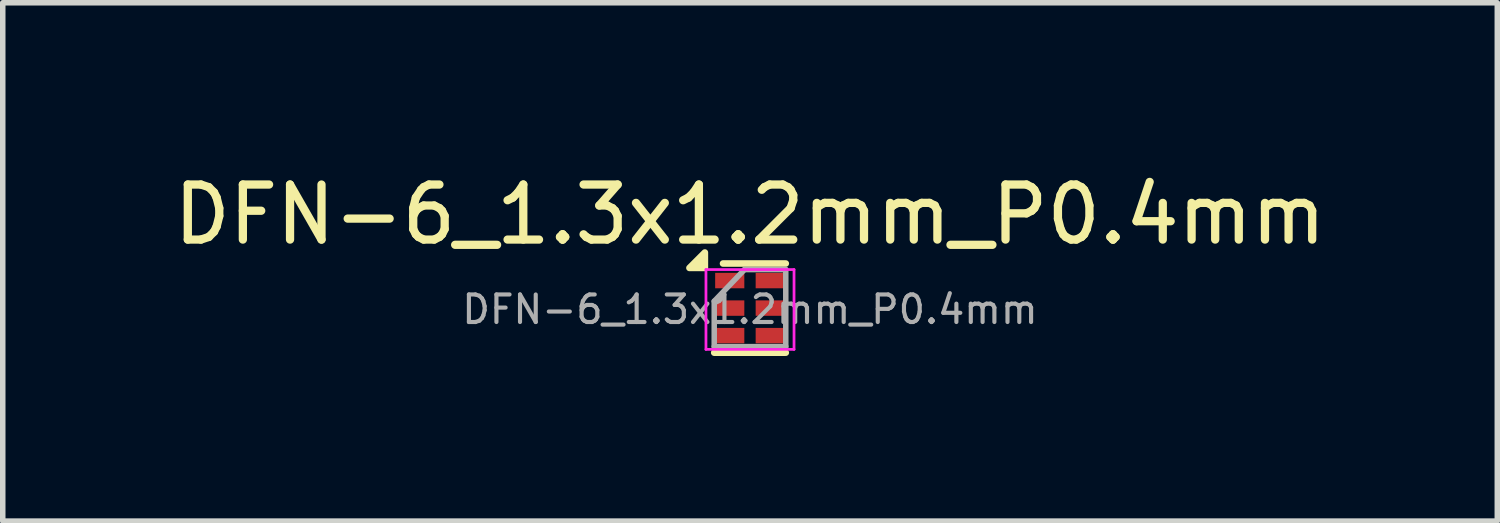
<source format=kicad_pcb>
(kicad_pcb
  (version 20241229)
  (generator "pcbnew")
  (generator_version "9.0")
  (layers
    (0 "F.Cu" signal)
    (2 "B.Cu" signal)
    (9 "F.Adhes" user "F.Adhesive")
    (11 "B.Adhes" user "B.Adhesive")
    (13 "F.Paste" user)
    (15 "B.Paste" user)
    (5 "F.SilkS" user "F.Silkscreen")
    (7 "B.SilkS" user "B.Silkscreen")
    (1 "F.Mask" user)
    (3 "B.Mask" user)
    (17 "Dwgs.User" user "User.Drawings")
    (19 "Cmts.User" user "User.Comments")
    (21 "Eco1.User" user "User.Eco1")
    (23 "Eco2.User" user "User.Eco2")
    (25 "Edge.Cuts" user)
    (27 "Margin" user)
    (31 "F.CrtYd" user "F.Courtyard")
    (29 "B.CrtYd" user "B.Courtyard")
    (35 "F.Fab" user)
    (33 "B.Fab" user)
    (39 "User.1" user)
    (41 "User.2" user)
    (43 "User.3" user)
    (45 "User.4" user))
  (footprint "DFN-6_1.3x1.2mm_P0.4mm"
    (layer "F.Cu")
    (at 10.577 2.548)
    (property "Reference" "DFN-6_1.3x1.2mm_P0.4mm" (at 0 -1.7 180) (layer "F.SilkS") (effects (font (size 1 1) (thickness 0.15))))
    (attr smd)
    (fp_line (start -0.65 0.81) (end 0.65 0.81) (stroke (width 0.12) (type solid)) (layer "F.SilkS"))
    (fp_line (start -0.49 -0.81) (end 0.65 -0.81) (stroke (width 0.12) (type solid)) (layer "F.SilkS"))
    (fp_poly (pts (xy -0.82 -0.73) (xy -1.1 -0.73) (xy -0.82 -1.01) (xy -0.82 -0.73)) (stroke (width 0.12) (type solid)) (fill yes) (layer "F.SilkS"))
    (fp_line (start -0.8 -0.7) (end -0.8 0.75) (stroke (width 0.05) (type solid)) (layer "F.CrtYd"))
    (fp_line (start -0.8 -0.7) (end 0.8 -0.7) (stroke (width 0.05) (type solid)) (layer "F.CrtYd"))
    (fp_line (start 0.8 0.75) (end -0.8 0.75) (stroke (width 0.05) (type solid)) (layer "F.CrtYd"))
    (fp_line (start 0.8 0.75) (end 0.8 -0.7) (stroke (width 0.05) (type solid)) (layer "F.CrtYd"))
    (fp_line (start -0.65 -0.125) (end -0.65 0.7) (stroke (width 0.1) (type solid)) (layer "F.Fab"))
    (fp_line (start -0.65 0.7) (end 0.65 0.7) (stroke (width 0.1) (type solid)) (layer "F.Fab"))
    (fp_line (start -0.1 -0.7) (end -0.65 -0.125) (stroke (width 0.1) (type solid)) (layer "F.Fab"))
    (fp_line (start 0.65 -0.7) (end -0.1 -0.7) (stroke (width 0.1) (type solid)) (layer "F.Fab"))
    (fp_line (start 0.65 0.7) (end 0.65 -0.7) (stroke (width 0.1) (type solid)) (layer "F.Fab"))
    (fp_text user "${REFERENCE}" (at 0 0.025 180) (layer "F.Fab") (effects (font (size 0.5 0.5) (thickness 0.075))))
    (pad "1" smd rect (at -0.368 -0.5) (size 0.53 0.28) (layers "F.Cu" "F.Mask" "F.Paste"))
    (pad "2" smd rect (at -0.368 0) (size 0.53 0.28) (layers "F.Cu" "F.Mask" "F.Paste"))
    (pad "3" smd rect (at -0.368 0.5) (size 0.53 0.28) (layers "F.Cu" "F.Mask" "F.Paste"))
    (pad "4" smd rect (at 0.368 0.5) (size 0.53 0.28) (layers "F.Cu" "F.Mask" "F.Paste"))
    (pad "5" smd rect (at 0.368 0) (size 0.53 0.28) (layers "F.Cu" "F.Mask" "F.Paste"))
    (pad "6" smd rect (at 0.368 -0.5) (size 0.53 0.28) (layers "F.Cu" "F.Mask" "F.Paste")))
  (gr_rect
    (start -3 -3)
    (end 24.155 6.418)
    (stroke (width 0.1) (type default))
    (fill no)
    (layer "Edge.Cuts")))
</source>
